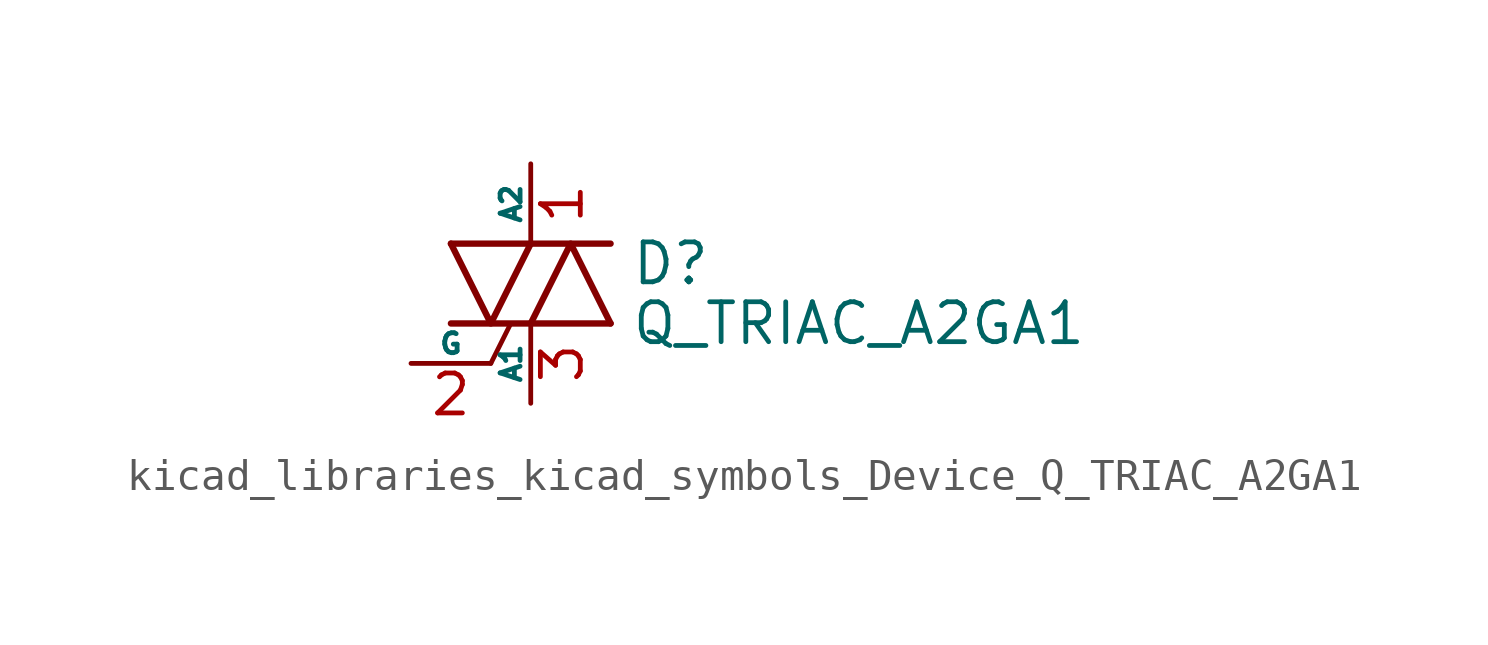
<source format=kicad_sym>
(kicad_symbol_lib
  (version 20220914)
  (generator kicad_symbol_editor)
  (symbol "kicad_libraries_kicad_symbols_Device_Q_TRIAC_A2GA1"
    (pin_names
      (offset 0))
    (property "Reference" "D"
      (at 3.175 0.635 0)
      (effects (font (size 1.27 1.27)) (justify left)))
    (property "Value" "Q_TRIAC_A2GA1"
      (at 3.175 -1.27 0)
      (effects (font (size 1.27 1.27)) (justify left)))
    (symbol "kicad_libraries_kicad_symbols_Device_Q_TRIAC_A2GA1_0_1"
      (polyline (pts (xy -2.54 -1.27) (xy 2.54 -1.27)) (stroke (width 0.203) (type default)) (fill (type none)))
      (polyline (pts (xy -2.54 1.27) (xy 2.54 1.27)) (stroke (width 0.203) (type default)) (fill (type none)))
      (polyline (pts (xy -1.27 -2.54) (xy -0.635 -1.27)) (stroke (width 0) (type default)) (fill (type none)))
      (polyline (pts (xy -2.54 1.27) (xy -1.27 -1.27) (xy 0 1.27)) (stroke (width 0.203) (type default)) (fill (type none)))
      (polyline (pts (xy 0 -1.27) (xy 1.27 1.27) (xy 2.54 -1.27)) (stroke (width 0.203) (type default)) (fill (type none))))
    (symbol "kicad_libraries_kicad_symbols_Device_Q_TRIAC_A2GA1_1_1"
      (pin passive line (at 0 3.81 270) (length 2.54) (name "A2" (effects (font (size 0.635 0.635)))) (number "1" (effects (font (size 1.27 1.27)))))
      (pin input line (at -3.81 -2.54 0) (length 2.54) (name "G" (effects (font (size 0.635 0.635)))) (number "2" (effects (font (size 1.27 1.27)))))
      (pin passive line (at 0 -3.81 90) (length 2.54) (name "A1" (effects (font (size 0.635 0.635)))) (number "3" (effects (font (size 1.27 1.27))))))))
</source>
